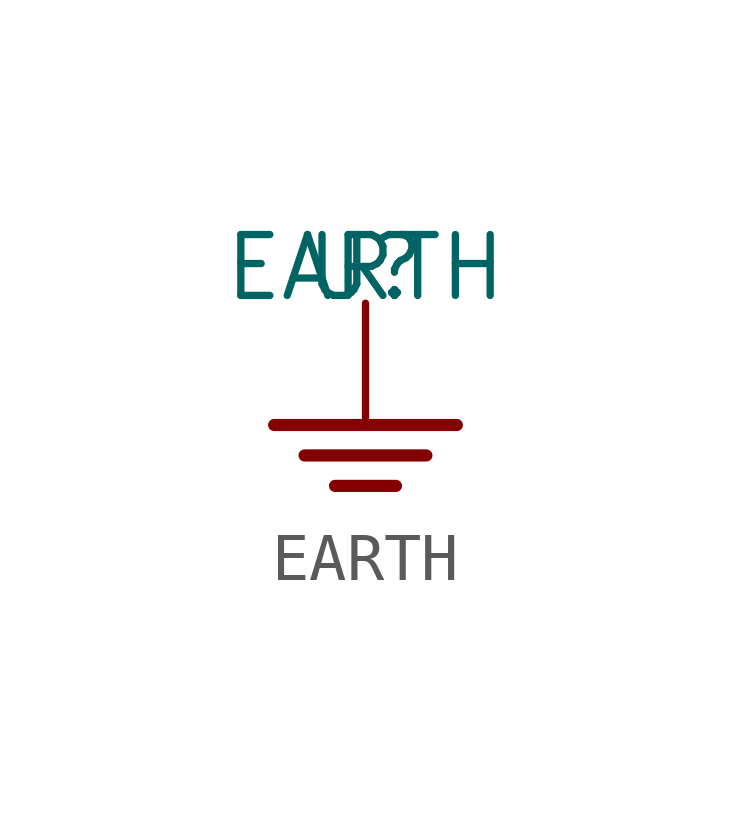
<source format=kicad_sym>
(kicad_symbol_lib
  (version 20211014)
  (generator kicad_symbol_editor)
  (symbol "EARTH"
    (pin_names
      (offset 1.016))
    (property "Reference" "U"
      (at 0 0 0)
      (effects (font (size 1.27 1.27)) (justify bottom)))
    (property "Value" "EARTH"
      (at 0 0.0 0)
      (effects (font (size 1.27 1.27)) (justify bottom)))
    (symbol "EARTH_0_0"
      (polyline (pts (xy 0.0 -2.54) (xy -1.905 -2.54)) (stroke (width 0.254)))
      (polyline (pts (xy 0.0 -2.54) (xy 1.905 -2.54)) (stroke (width 0.254)))
      (polyline (pts (xy -1.27 -3.175) (xy 1.27 -3.175)) (stroke (width 0.254)))
      (polyline (pts (xy -0.635 -3.81) (xy 0.635 -3.81)) (stroke (width 0.254)))
      (pin power_in line (at 0.0 0.0 270.0) (length 2.54) (name "~" (effects (font (size 1.016 1.016)))) (number "~" (effects (font (size 1.016 1.016))))))))
</source>
